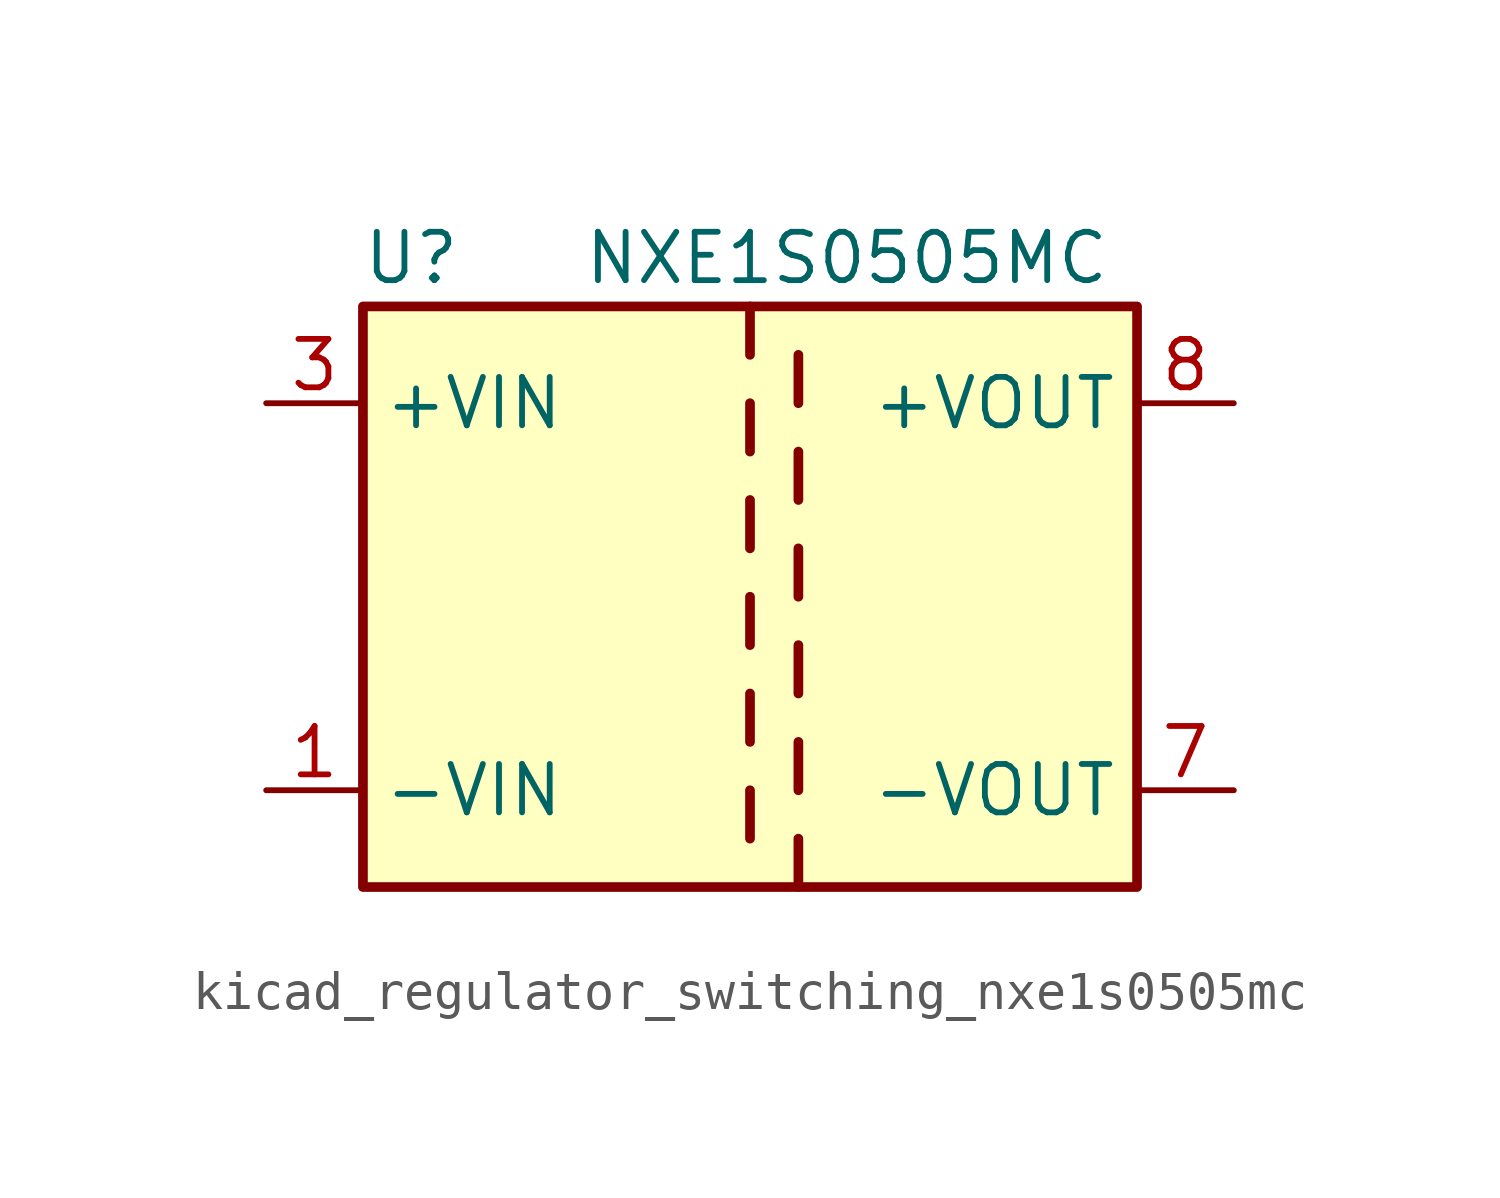
<source format=kicad_sym>
(kicad_symbol_lib
  (version 20220914)
  (generator kicad_symbol_editor)
  (symbol "kicad_regulator_switching_nxe1s0505mc"
    (property "Reference" "U"
      (at -8.89 8.89 0)
      (effects (font (size 1.27 1.27))))
    (property "Value" "NXE1S0505MC"
      (at 2.54 8.89 0)
      (effects (font (size 1.27 1.27))))
    (symbol "kicad_regulator_switching_nxe1s0505mc_0_1"
      (rectangle (start -10.16 7.62) (end 10.16 -7.62) (stroke (width 0.254) (type default)) (fill (type background)))
      (polyline (pts (xy 0 -5.08) (xy 0 -6.35)) (stroke (width 0.254) (type default)) (fill (type none)))
      (polyline (pts (xy 0 -2.54) (xy 0 -3.81)) (stroke (width 0.254) (type default)) (fill (type none)))
      (polyline (pts (xy 0 0) (xy 0 -1.27)) (stroke (width 0.254) (type default)) (fill (type none)))
      (polyline (pts (xy 0 2.54) (xy 0 1.27)) (stroke (width 0.254) (type default)) (fill (type none)))
      (polyline (pts (xy 0 5.08) (xy 0 3.81)) (stroke (width 0.254) (type default)) (fill (type none)))
      (polyline (pts (xy 0 7.62) (xy 0 6.35)) (stroke (width 0.254) (type default)) (fill (type none)))
      (polyline (pts (xy 1.27 -7.62) (xy 1.27 -6.35)) (stroke (width 0.254) (type default)) (fill (type none)))
      (polyline (pts (xy 1.27 -5.08) (xy 1.27 -3.81)) (stroke (width 0.254) (type default)) (fill (type none)))
      (polyline (pts (xy 1.27 -2.54) (xy 1.27 -1.27)) (stroke (width 0.254) (type default)) (fill (type none)))
      (polyline (pts (xy 1.27 0) (xy 1.27 1.27)) (stroke (width 0.254) (type default)) (fill (type none)))
      (polyline (pts (xy 1.27 2.54) (xy 1.27 3.81)) (stroke (width 0.254) (type default)) (fill (type none)))
      (polyline (pts (xy 1.27 5.08) (xy 1.27 6.35)) (stroke (width 0.254) (type default)) (fill (type none))))
    (symbol "kicad_regulator_switching_nxe1s0505mc_1_1"
      (pin power_in line (at -12.7 -5.08 0) (length 2.54) (name "-VIN" (effects (font (size 1.27 1.27)))) (number "1" (effects (font (size 1.27 1.27)))))
      (pin no_connect line (at -10.16 0 0) (length 2.54) hide (name "NC" (effects (font (size 1.27 1.27)))) (number "14" (effects (font (size 1.27 1.27)))))
      (pin power_in line (at -12.7 5.08 0) (length 2.54) (name "+VIN" (effects (font (size 1.27 1.27)))) (number "3" (effects (font (size 1.27 1.27)))))
      (pin power_out line (at 12.7 -5.08 180) (length 2.54) (name "-VOUT" (effects (font (size 1.27 1.27)))) (number "7" (effects (font (size 1.27 1.27)))))
      (pin power_out line (at 12.7 5.08 180) (length 2.54) (name "+VOUT" (effects (font (size 1.27 1.27)))) (number "8" (effects (font (size 1.27 1.27))))))))
</source>
